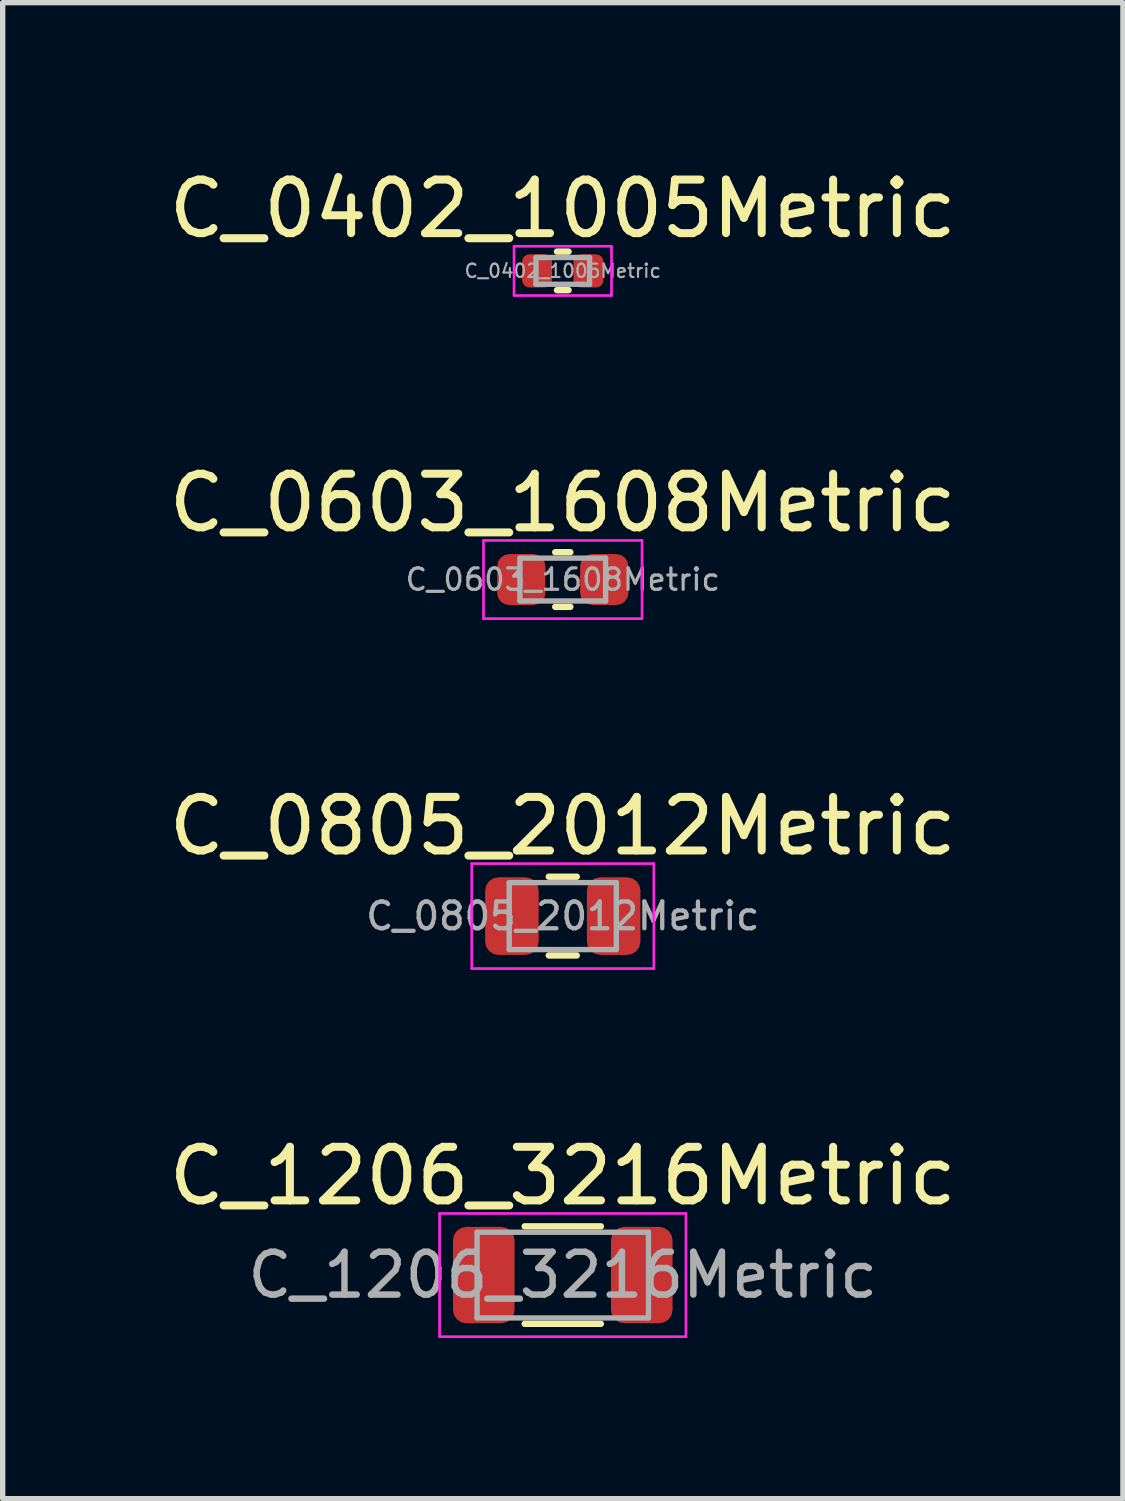
<source format=kicad_pcb>
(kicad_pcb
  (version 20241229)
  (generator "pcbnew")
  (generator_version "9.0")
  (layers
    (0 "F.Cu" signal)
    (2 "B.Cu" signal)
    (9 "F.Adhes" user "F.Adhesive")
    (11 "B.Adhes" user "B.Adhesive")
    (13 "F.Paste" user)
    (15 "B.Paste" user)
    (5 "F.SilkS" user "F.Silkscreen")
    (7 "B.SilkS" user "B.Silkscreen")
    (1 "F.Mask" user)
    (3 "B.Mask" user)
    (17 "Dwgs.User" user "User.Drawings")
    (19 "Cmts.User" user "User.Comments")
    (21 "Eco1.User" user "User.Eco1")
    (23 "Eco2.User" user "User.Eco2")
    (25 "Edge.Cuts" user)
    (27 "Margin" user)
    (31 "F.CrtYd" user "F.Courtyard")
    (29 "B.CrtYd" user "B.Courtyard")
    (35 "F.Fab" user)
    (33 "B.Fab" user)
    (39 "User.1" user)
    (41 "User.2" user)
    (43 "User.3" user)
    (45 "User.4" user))
  (footprint "C_1206_3216Metric"
    (layer "F.Cu")
    (at 7.458 20.758)
    (property "Reference" "C_1206_3216Metric" (at 0 -1.85 0) (layer "F.SilkS") (effects (font (size 1 1) (thickness 0.15))))
    (attr smd)
    (fp_line (start -0.711 -0.91) (end 0.711 -0.91) (stroke (width 0.12) (type solid)) (layer "F.SilkS"))
    (fp_line (start -0.711 0.91) (end 0.711 0.91) (stroke (width 0.12) (type solid)) (layer "F.SilkS"))
    (fp_line (start -2.3 -1.15) (end 2.3 -1.15) (stroke (width 0.05) (type solid)) (layer "F.CrtYd"))
    (fp_line (start -2.3 1.15) (end -2.3 -1.15) (stroke (width 0.05) (type solid)) (layer "F.CrtYd"))
    (fp_line (start 2.3 -1.15) (end 2.3 1.15) (stroke (width 0.05) (type solid)) (layer "F.CrtYd"))
    (fp_line (start 2.3 1.15) (end -2.3 1.15) (stroke (width 0.05) (type solid)) (layer "F.CrtYd"))
    (fp_line (start -1.6 -0.8) (end 1.6 -0.8) (stroke (width 0.1) (type solid)) (layer "F.Fab"))
    (fp_line (start -1.6 0.8) (end -1.6 -0.8) (stroke (width 0.1) (type solid)) (layer "F.Fab"))
    (fp_line (start 1.6 -0.8) (end 1.6 0.8) (stroke (width 0.1) (type solid)) (layer "F.Fab"))
    (fp_line (start 1.6 0.8) (end -1.6 0.8) (stroke (width 0.1) (type solid)) (layer "F.Fab"))
    (fp_text user "${REFERENCE}" (at 0 0 0) (layer "F.Fab") (effects (font (size 0.8 0.8) (thickness 0.12))))
    (pad "1" smd roundrect (at -1.475 0) (size 1.15 1.8) (layers "F.Cu" "F.Mask" "F.Paste") (roundrect_rratio 0.217))
    (pad "2" smd roundrect (at 1.475 0) (size 1.15 1.8) (layers "F.Cu" "F.Mask" "F.Paste") (roundrect_rratio 0.217)))
  (footprint "C_0603_1608Metric"
    (placed yes)
    (layer "F.Cu")
    (at 7.458 7.771)
    (property "Reference" "C_0603_1608Metric" (at 0 -1.43 0) (layer "F.SilkS") (effects (font (size 1 1) (thickness 0.15))))
    (attr smd)
    (fp_line (start -0.141 -0.51) (end 0.141 -0.51) (stroke (width 0.12) (type solid)) (layer "F.SilkS"))
    (fp_line (start -0.141 0.51) (end 0.141 0.51) (stroke (width 0.12) (type solid)) (layer "F.SilkS"))
    (fp_line (start -1.48 -0.73) (end 1.48 -0.73) (stroke (width 0.05) (type solid)) (layer "F.CrtYd"))
    (fp_line (start -1.48 0.73) (end -1.48 -0.73) (stroke (width 0.05) (type solid)) (layer "F.CrtYd"))
    (fp_line (start 1.48 -0.73) (end 1.48 0.73) (stroke (width 0.05) (type solid)) (layer "F.CrtYd"))
    (fp_line (start 1.48 0.73) (end -1.48 0.73) (stroke (width 0.05) (type solid)) (layer "F.CrtYd"))
    (fp_line (start -0.8 -0.4) (end 0.8 -0.4) (stroke (width 0.1) (type solid)) (layer "F.Fab"))
    (fp_line (start -0.8 0.4) (end -0.8 -0.4) (stroke (width 0.1) (type solid)) (layer "F.Fab"))
    (fp_line (start 0.8 -0.4) (end 0.8 0.4) (stroke (width 0.1) (type solid)) (layer "F.Fab"))
    (fp_line (start 0.8 0.4) (end -0.8 0.4) (stroke (width 0.1) (type solid)) (layer "F.Fab"))
    (fp_text user "${REFERENCE}" (at 0 0 0) (layer "F.Fab") (effects (font (size 0.4 0.4) (thickness 0.06))))
    (pad "1" smd roundrect (at -0.775 0) (size 0.9 0.95) (layers "F.Cu" "F.Mask" "F.Paste") (roundrect_rratio 0.25))
    (pad "2" smd roundrect (at 0.775 0) (size 0.9 0.95) (layers "F.Cu" "F.Mask" "F.Paste") (roundrect_rratio 0.25)))
  (footprint "C_0805_2012Metric"
    (layer "F.Cu")
    (at 7.458 14.055)
    (property "Reference" "C_0805_2012Metric" (at 0 -1.68 180) (layer "F.SilkS") (effects (font (size 1 1) (thickness 0.15))))
    (attr smd)
    (fp_line (start -0.261 -0.735) (end 0.261 -0.735) (stroke (width 0.12) (type solid)) (layer "F.SilkS"))
    (fp_line (start -0.261 0.735) (end 0.261 0.735) (stroke (width 0.12) (type solid)) (layer "F.SilkS"))
    (fp_line (start -1.7 -0.98) (end 1.7 -0.98) (stroke (width 0.05) (type solid)) (layer "F.CrtYd"))
    (fp_line (start -1.7 0.98) (end -1.7 -0.98) (stroke (width 0.05) (type solid)) (layer "F.CrtYd"))
    (fp_line (start 1.7 -0.98) (end 1.7 0.98) (stroke (width 0.05) (type solid)) (layer "F.CrtYd"))
    (fp_line (start 1.7 0.98) (end -1.7 0.98) (stroke (width 0.05) (type solid)) (layer "F.CrtYd"))
    (fp_line (start -1 -0.625) (end 1 -0.625) (stroke (width 0.1) (type solid)) (layer "F.Fab"))
    (fp_line (start -1 0.625) (end -1 -0.625) (stroke (width 0.1) (type solid)) (layer "F.Fab"))
    (fp_line (start 1 -0.625) (end 1 0.625) (stroke (width 0.1) (type solid)) (layer "F.Fab"))
    (fp_line (start 1 0.625) (end -1 0.625) (stroke (width 0.1) (type solid)) (layer "F.Fab"))
    (fp_text user "${REFERENCE}" (at 0 0 180) (layer "F.Fab") (effects (font (size 0.5 0.5) (thickness 0.08))))
    (pad "1" smd roundrect (at -0.95 0) (size 1 1.45) (layers "F.Cu" "F.Mask" "F.Paste") (roundrect_rratio 0.25))
    (pad "2" smd roundrect (at 0.95 0) (size 1 1.45) (layers "F.Cu" "F.Mask" "F.Paste") (roundrect_rratio 0.25)))
  (footprint "C_0402_1005Metric"
    (layer "F.Cu")
    (at 7.458 2.008)
    (property "Reference" "C_0402_1005Metric" (at 0 -1.16 0) (layer "F.SilkS") (effects (font (size 1 1) (thickness 0.15))))
    (attr smd)
    (fp_line (start -0.108 -0.36) (end 0.108 -0.36) (stroke (width 0.12) (type solid)) (layer "F.SilkS"))
    (fp_line (start -0.108 0.36) (end 0.108 0.36) (stroke (width 0.12) (type solid)) (layer "F.SilkS"))
    (fp_line (start -0.91 -0.46) (end 0.91 -0.46) (stroke (width 0.05) (type solid)) (layer "F.CrtYd"))
    (fp_line (start -0.91 0.46) (end -0.91 -0.46) (stroke (width 0.05) (type solid)) (layer "F.CrtYd"))
    (fp_line (start 0.91 -0.46) (end 0.91 0.46) (stroke (width 0.05) (type solid)) (layer "F.CrtYd"))
    (fp_line (start 0.91 0.46) (end -0.91 0.46) (stroke (width 0.05) (type solid)) (layer "F.CrtYd"))
    (fp_line (start -0.5 -0.25) (end 0.5 -0.25) (stroke (width 0.1) (type solid)) (layer "F.Fab"))
    (fp_line (start -0.5 0.25) (end -0.5 -0.25) (stroke (width 0.1) (type solid)) (layer "F.Fab"))
    (fp_line (start 0.5 -0.25) (end 0.5 0.25) (stroke (width 0.1) (type solid)) (layer "F.Fab"))
    (fp_line (start 0.5 0.25) (end -0.5 0.25) (stroke (width 0.1) (type solid)) (layer "F.Fab"))
    (fp_text user "${REFERENCE}" (at 0 0 0) (layer "F.Fab") (effects (font (size 0.25 0.25) (thickness 0.04))))
    (pad "1" smd roundrect (at -0.48 0) (size 0.56 0.62) (layers "F.Cu" "F.Mask" "F.Paste") (roundrect_rratio 0.25))
    (pad "2" smd roundrect (at 0.48 0) (size 0.56 0.62) (layers "F.Cu" "F.Mask" "F.Paste") (roundrect_rratio 0.25)))
  (gr_rect
    (start -3 -3)
    (end 17.917 24.933)
    (stroke (width 0.1) (type default))
    (fill no)
    (layer "Edge.Cuts")))
</source>
